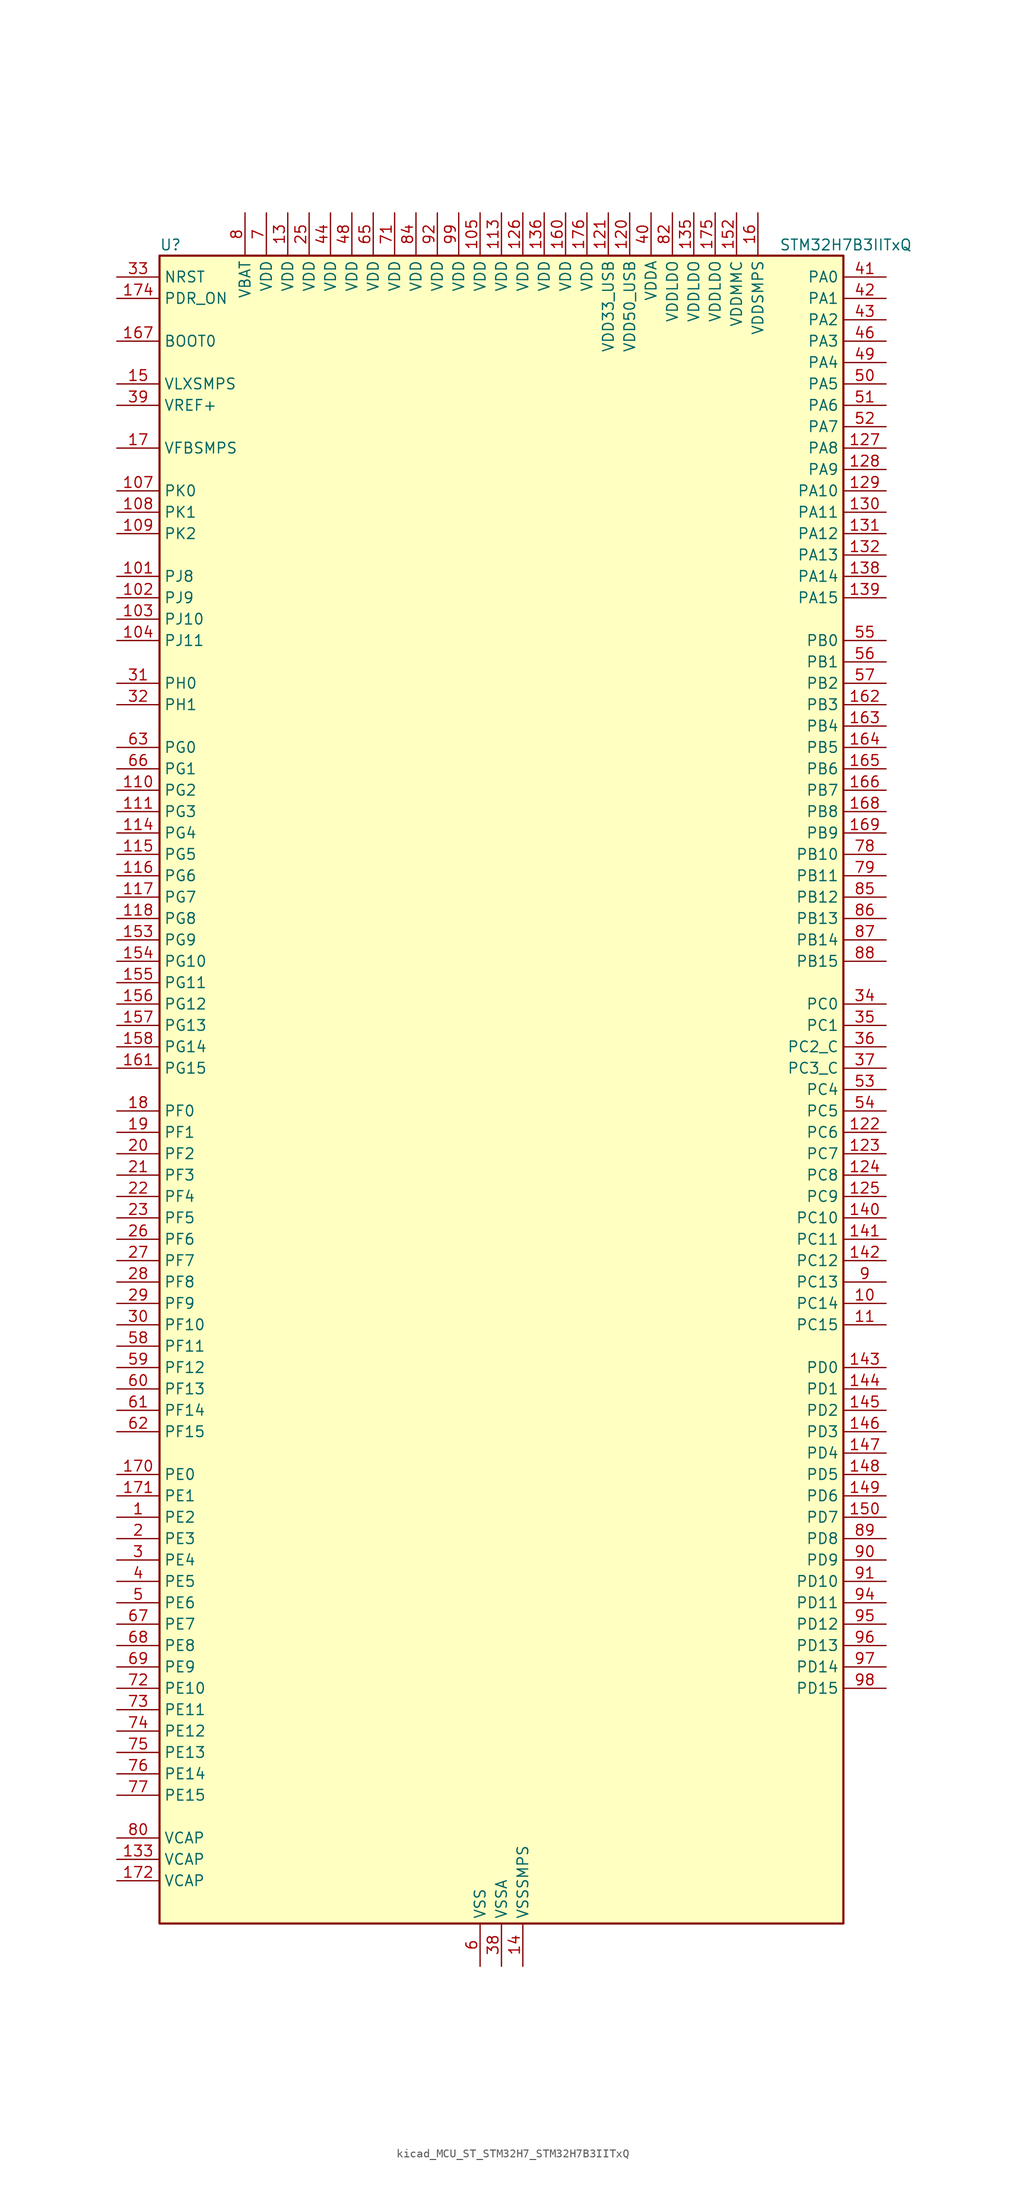
<source format=kicad_sym>
(kicad_symbol_lib
  (version 20220914)
  (generator kicad_symbol_editor)
  (symbol "kicad_MCU_ST_STM32H7_STM32H7B3IITxQ"
    (property "Reference" "U"
      (at -40.64 100.33 0)
      (effects (font (size 1.27 1.27)) (justify left)))
    (property "Value" "STM32H7B3IITxQ"
      (at 33.02 100.33 0)
      (effects (font (size 1.27 1.27)) (justify left)))
    (property "ki_locked" ""
      (at 0 0 0)
      (effects (font (size 1.27 1.27))))
    (symbol "kicad_MCU_ST_STM32H7_STM32H7B3IITxQ_0_1"
      (rectangle (start -40.64 -99.06) (end 40.64 99.06) (stroke (width 0.254) (type default)) (fill (type background))))
    (symbol "kicad_MCU_ST_STM32H7_STM32H7B3IITxQ_1_1"
      (pin bidirectional line (at -45.72 -50.8 0) (length 5.08) (name "PE2" (effects (font (size 1.27 1.27)))) (number "1" (effects (font (size 1.27 1.27)))) (alternate "DEBUG_TRACECLK" bidirectional line) (alternate "FMC_A23" bidirectional line) (alternate "OCTOSPIM_P1_IO2" bidirectional line) (alternate "SAI1_CK1" bidirectional line) (alternate "SAI1_MCLK_A" bidirectional line) (alternate "SPI4_SCK" bidirectional line) (alternate "USART10_RX" bidirectional line))
      (pin bidirectional line (at 45.72 -25.4 180) (length 5.08) (name "PC14" (effects (font (size 1.27 1.27)))) (number "10" (effects (font (size 1.27 1.27)))) (alternate "RCC_OSC32_IN" bidirectional line))
      (pin passive line (at -2.54 -104.14 90) (length 5.08) hide (name "VSS" (effects (font (size 1.27 1.27)))) (number "100" (effects (font (size 1.27 1.27)))))
      (pin bidirectional line (at -45.72 60.96 0) (length 5.08) (name "PJ8" (effects (font (size 1.27 1.27)))) (number "101" (effects (font (size 1.27 1.27)))) (alternate "LTDC_G1" bidirectional line) (alternate "TIM1_CH3N" bidirectional line) (alternate "TIM8_CH1" bidirectional line) (alternate "UART8_TX" bidirectional line))
      (pin bidirectional line (at -45.72 58.42 0) (length 5.08) (name "PJ9" (effects (font (size 1.27 1.27)))) (number "102" (effects (font (size 1.27 1.27)))) (alternate "DAC1_EXTI9" bidirectional line) (alternate "LTDC_G2" bidirectional line) (alternate "TIM1_CH3" bidirectional line) (alternate "TIM8_CH1N" bidirectional line) (alternate "UART8_RX" bidirectional line))
      (pin bidirectional line (at -45.72 55.88 0) (length 5.08) (name "PJ10" (effects (font (size 1.27 1.27)))) (number "103" (effects (font (size 1.27 1.27)))) (alternate "LTDC_G3" bidirectional line) (alternate "SPI5_MOSI" bidirectional line) (alternate "TIM1_CH2N" bidirectional line) (alternate "TIM8_CH2" bidirectional line))
      (pin bidirectional line (at -45.72 53.34 0) (length 5.08) (name "PJ11" (effects (font (size 1.27 1.27)))) (number "104" (effects (font (size 1.27 1.27)))) (alternate "ADC1_EXTI11" bidirectional line) (alternate "ADC2_EXTI11" bidirectional line) (alternate "LTDC_G4" bidirectional line) (alternate "SPI5_MISO" bidirectional line) (alternate "TIM1_CH2" bidirectional line) (alternate "TIM8_CH2N" bidirectional line))
      (pin power_in line (at -2.54 104.14 270) (length 5.08) (name "VDD" (effects (font (size 1.27 1.27)))) (number "105" (effects (font (size 1.27 1.27)))))
      (pin passive line (at -2.54 -104.14 90) (length 5.08) hide (name "VSS" (effects (font (size 1.27 1.27)))) (number "106" (effects (font (size 1.27 1.27)))))
      (pin bidirectional line (at -45.72 71.12 0) (length 5.08) (name "PK0" (effects (font (size 1.27 1.27)))) (number "107" (effects (font (size 1.27 1.27)))) (alternate "LTDC_G5" bidirectional line) (alternate "SPI5_SCK" bidirectional line) (alternate "TIM1_CH1N" bidirectional line) (alternate "TIM8_CH3" bidirectional line))
      (pin bidirectional line (at -45.72 68.58 0) (length 5.08) (name "PK1" (effects (font (size 1.27 1.27)))) (number "108" (effects (font (size 1.27 1.27)))) (alternate "LTDC_G6" bidirectional line) (alternate "SPI5_NSS" bidirectional line) (alternate "TIM1_CH1" bidirectional line) (alternate "TIM8_CH3N" bidirectional line))
      (pin bidirectional line (at -45.72 66.04 0) (length 5.08) (name "PK2" (effects (font (size 1.27 1.27)))) (number "109" (effects (font (size 1.27 1.27)))) (alternate "LTDC_G7" bidirectional line) (alternate "TIM1_BKIN" bidirectional line) (alternate "TIM1_BKIN_COMP1" bidirectional line) (alternate "TIM1_BKIN_COMP2" bidirectional line) (alternate "TIM8_BKIN" bidirectional line) (alternate "TIM8_BKIN_COMP1" bidirectional line) (alternate "TIM8_BKIN_COMP2" bidirectional line))
      (pin bidirectional line (at 45.72 -27.94 180) (length 5.08) (name "PC15" (effects (font (size 1.27 1.27)))) (number "11" (effects (font (size 1.27 1.27)))) (alternate "ADC1_EXTI15" bidirectional line) (alternate "ADC2_EXTI15" bidirectional line) (alternate "RCC_OSC32_OUT" bidirectional line))
      (pin bidirectional line (at -45.72 35.56 0) (length 5.08) (name "PG2" (effects (font (size 1.27 1.27)))) (number "110" (effects (font (size 1.27 1.27)))) (alternate "FMC_A12" bidirectional line) (alternate "TIM8_BKIN" bidirectional line) (alternate "TIM8_BKIN_COMP1" bidirectional line) (alternate "TIM8_BKIN_COMP2" bidirectional line))
      (pin bidirectional line (at -45.72 33.02 0) (length 5.08) (name "PG3" (effects (font (size 1.27 1.27)))) (number "111" (effects (font (size 1.27 1.27)))) (alternate "FMC_A13" bidirectional line) (alternate "TIM8_BKIN2" bidirectional line) (alternate "TIM8_BKIN2_COMP1" bidirectional line) (alternate "TIM8_BKIN2_COMP2" bidirectional line))
      (pin passive line (at -2.54 -104.14 90) (length 5.08) hide (name "VSS" (effects (font (size 1.27 1.27)))) (number "112" (effects (font (size 1.27 1.27)))))
      (pin power_in line (at 0 104.14 270) (length 5.08) (name "VDD" (effects (font (size 1.27 1.27)))) (number "113" (effects (font (size 1.27 1.27)))))
      (pin bidirectional line (at -45.72 30.48 0) (length 5.08) (name "PG4" (effects (font (size 1.27 1.27)))) (number "114" (effects (font (size 1.27 1.27)))) (alternate "FMC_A14" bidirectional line) (alternate "FMC_BA0" bidirectional line) (alternate "TIM1_BKIN2" bidirectional line) (alternate "TIM1_BKIN2_COMP1" bidirectional line) (alternate "TIM1_BKIN2_COMP2" bidirectional line))
      (pin bidirectional line (at -45.72 27.94 0) (length 5.08) (name "PG5" (effects (font (size 1.27 1.27)))) (number "115" (effects (font (size 1.27 1.27)))) (alternate "FMC_A15" bidirectional line) (alternate "FMC_BA1" bidirectional line) (alternate "TIM1_ETR" bidirectional line))
      (pin bidirectional line (at -45.72 25.4 0) (length 5.08) (name "PG6" (effects (font (size 1.27 1.27)))) (number "116" (effects (font (size 1.27 1.27)))) (alternate "DCMI_D12" bidirectional line) (alternate "FMC_NE3" bidirectional line) (alternate "LTDC_R7" bidirectional line) (alternate "OCTOSPIM_P1_NCS" bidirectional line) (alternate "PSSI_D12" bidirectional line) (alternate "TIM17_BKIN" bidirectional line))
      (pin bidirectional line (at -45.72 22.86 0) (length 5.08) (name "PG7" (effects (font (size 1.27 1.27)))) (number "117" (effects (font (size 1.27 1.27)))) (alternate "DCMI_D13" bidirectional line) (alternate "FMC_INT" bidirectional line) (alternate "LTDC_CLK" bidirectional line) (alternate "OCTOSPIM_P2_DQS" bidirectional line) (alternate "PSSI_D13" bidirectional line) (alternate "SAI1_MCLK_A" bidirectional line) (alternate "USART6_CK" bidirectional line))
      (pin bidirectional line (at -45.72 20.32 0) (length 5.08) (name "PG8" (effects (font (size 1.27 1.27)))) (number "118" (effects (font (size 1.27 1.27)))) (alternate "FMC_SDCLK" bidirectional line) (alternate "I2S6_WS" bidirectional line) (alternate "LTDC_G7" bidirectional line) (alternate "SPDIFRX_IN2" bidirectional line) (alternate "SPI6_NSS" bidirectional line) (alternate "TIM8_ETR" bidirectional line) (alternate "USART6_DE" bidirectional line) (alternate "USART6_RTS" bidirectional line))
      (pin passive line (at -2.54 -104.14 90) (length 5.08) hide (name "VSS" (effects (font (size 1.27 1.27)))) (number "119" (effects (font (size 1.27 1.27)))))
      (pin passive line (at -2.54 -104.14 90) (length 5.08) hide (name "VSS" (effects (font (size 1.27 1.27)))) (number "12" (effects (font (size 1.27 1.27)))))
      (pin power_in line (at 15.24 104.14 270) (length 5.08) (name "VDD50_USB" (effects (font (size 1.27 1.27)))) (number "120" (effects (font (size 1.27 1.27)))))
      (pin power_in line (at 12.7 104.14 270) (length 5.08) (name "VDD33_USB" (effects (font (size 1.27 1.27)))) (number "121" (effects (font (size 1.27 1.27)))))
      (pin bidirectional line (at 45.72 -5.08 180) (length 5.08) (name "PC6" (effects (font (size 1.27 1.27)))) (number "122" (effects (font (size 1.27 1.27)))) (alternate "DCMI_D0" bidirectional line) (alternate "DFSDM1_CKIN3" bidirectional line) (alternate "FMC_NWAIT" bidirectional line) (alternate "I2S2_MCK" bidirectional line) (alternate "LTDC_HSYNC" bidirectional line) (alternate "PSSI_D0" bidirectional line) (alternate "SDMMC1_D0DIR" bidirectional line) (alternate "SDMMC1_D6" bidirectional line) (alternate "SDMMC2_D6" bidirectional line) (alternate "SWPMI1_IO" bidirectional line) (alternate "TIM3_CH1" bidirectional line) (alternate "TIM8_CH1" bidirectional line) (alternate "USART6_TX" bidirectional line))
      (pin bidirectional line (at 45.72 -7.62 180) (length 5.08) (name "PC7" (effects (font (size 1.27 1.27)))) (number "123" (effects (font (size 1.27 1.27)))) (alternate "DCMI_D1" bidirectional line) (alternate "DEBUG_TRGIO" bidirectional line) (alternate "DFSDM1_DATIN3" bidirectional line) (alternate "FMC_NE1" bidirectional line) (alternate "I2S3_MCK" bidirectional line) (alternate "LTDC_G6" bidirectional line) (alternate "PSSI_D1" bidirectional line) (alternate "SDMMC1_D123DIR" bidirectional line) (alternate "SDMMC1_D7" bidirectional line) (alternate "SDMMC2_D7" bidirectional line) (alternate "SWPMI1_TX" bidirectional line) (alternate "TIM3_CH2" bidirectional line) (alternate "TIM8_CH2" bidirectional line) (alternate "USART6_RX" bidirectional line))
      (pin bidirectional line (at 45.72 -10.16 180) (length 5.08) (name "PC8" (effects (font (size 1.27 1.27)))) (number "124" (effects (font (size 1.27 1.27)))) (alternate "DCMI_D2" bidirectional line) (alternate "DEBUG_TRACED1" bidirectional line) (alternate "FMC_INT" bidirectional line) (alternate "FMC_NCE" bidirectional line) (alternate "FMC_NE2" bidirectional line) (alternate "PSSI_D2" bidirectional line) (alternate "SDMMC1_D0" bidirectional line) (alternate "SWPMI1_RX" bidirectional line) (alternate "TIM3_CH3" bidirectional line) (alternate "TIM8_CH3" bidirectional line) (alternate "UART5_DE" bidirectional line) (alternate "UART5_RTS" bidirectional line) (alternate "USART6_CK" bidirectional line))
      (pin bidirectional line (at 45.72 -12.7 180) (length 5.08) (name "PC9" (effects (font (size 1.27 1.27)))) (number "125" (effects (font (size 1.27 1.27)))) (alternate "DAC1_EXTI9" bidirectional line) (alternate "DCMI_D3" bidirectional line) (alternate "I2C3_SDA" bidirectional line) (alternate "I2S_CKIN" bidirectional line) (alternate "LTDC_B2" bidirectional line) (alternate "LTDC_G3" bidirectional line) (alternate "OCTOSPIM_P1_IO0" bidirectional line) (alternate "PSSI_D3" bidirectional line) (alternate "RCC_MCO_2" bidirectional line) (alternate "SDMMC1_D1" bidirectional line) (alternate "SWPMI1_SUSPEND" bidirectional line) (alternate "TIM3_CH4" bidirectional line) (alternate "TIM8_CH4" bidirectional line) (alternate "UART5_CTS" bidirectional line))
      (pin power_in line (at 2.54 104.14 270) (length 5.08) (name "VDD" (effects (font (size 1.27 1.27)))) (number "126" (effects (font (size 1.27 1.27)))))
      (pin bidirectional line (at 45.72 76.2 180) (length 5.08) (name "PA8" (effects (font (size 1.27 1.27)))) (number "127" (effects (font (size 1.27 1.27)))) (alternate "I2C3_SCL" bidirectional line) (alternate "LTDC_B3" bidirectional line) (alternate "LTDC_R6" bidirectional line) (alternate "RCC_MCO_1" bidirectional line) (alternate "TIM1_CH1" bidirectional line) (alternate "TIM8_BKIN2" bidirectional line) (alternate "TIM8_BKIN2_COMP1" bidirectional line) (alternate "TIM8_BKIN2_COMP2" bidirectional line) (alternate "UART7_RX" bidirectional line) (alternate "USART1_CK" bidirectional line) (alternate "USB_OTG_HS_SOF" bidirectional line))
      (pin bidirectional line (at 45.72 73.66 180) (length 5.08) (name "PA9" (effects (font (size 1.27 1.27)))) (number "128" (effects (font (size 1.27 1.27)))) (alternate "DAC1_EXTI9" bidirectional line) (alternate "DCMI_D0" bidirectional line) (alternate "I2C3_SMBA" bidirectional line) (alternate "I2S2_CK" bidirectional line) (alternate "LPUART1_TX" bidirectional line) (alternate "LTDC_R5" bidirectional line) (alternate "PSSI_D0" bidirectional line) (alternate "SPI2_SCK" bidirectional line) (alternate "TIM1_CH2" bidirectional line) (alternate "USART1_TX" bidirectional line) (alternate "USB_OTG_HS_VBUS" bidirectional line))
      (pin bidirectional line (at 45.72 71.12 180) (length 5.08) (name "PA10" (effects (font (size 1.27 1.27)))) (number "129" (effects (font (size 1.27 1.27)))) (alternate "DCMI_D1" bidirectional line) (alternate "LPUART1_RX" bidirectional line) (alternate "LTDC_B1" bidirectional line) (alternate "LTDC_B4" bidirectional line) (alternate "MDIOS_MDIO" bidirectional line) (alternate "PSSI_D1" bidirectional line) (alternate "TIM1_CH3" bidirectional line) (alternate "USART1_RX" bidirectional line) (alternate "USB_OTG_HS_ID" bidirectional line))
      (pin power_in line (at -25.4 104.14 270) (length 5.08) (name "VDD" (effects (font (size 1.27 1.27)))) (number "13" (effects (font (size 1.27 1.27)))))
      (pin bidirectional line (at 45.72 68.58 180) (length 5.08) (name "PA11" (effects (font (size 1.27 1.27)))) (number "130" (effects (font (size 1.27 1.27)))) (alternate "ADC1_EXTI11" bidirectional line) (alternate "ADC2_EXTI11" bidirectional line) (alternate "FDCAN1_RX" bidirectional line) (alternate "I2S2_WS" bidirectional line) (alternate "LPUART1_CTS" bidirectional line) (alternate "LTDC_R4" bidirectional line) (alternate "SPI2_NSS" bidirectional line) (alternate "TIM1_CH4" bidirectional line) (alternate "UART4_RX" bidirectional line) (alternate "USART1_CTS" bidirectional line) (alternate "USART1_NSS" bidirectional line) (alternate "USB_OTG_HS_DM" bidirectional line))
      (pin bidirectional line (at 45.72 66.04 180) (length 5.08) (name "PA12" (effects (font (size 1.27 1.27)))) (number "131" (effects (font (size 1.27 1.27)))) (alternate "FDCAN1_TX" bidirectional line) (alternate "I2S2_CK" bidirectional line) (alternate "LPUART1_DE" bidirectional line) (alternate "LPUART1_RTS" bidirectional line) (alternate "LTDC_R5" bidirectional line) (alternate "SAI2_FS_B" bidirectional line) (alternate "SPI2_SCK" bidirectional line) (alternate "TIM1_ETR" bidirectional line) (alternate "UART4_TX" bidirectional line) (alternate "USART1_DE" bidirectional line) (alternate "USART1_RTS" bidirectional line) (alternate "USB_OTG_HS_DP" bidirectional line))
      (pin bidirectional line (at 45.72 63.5 180) (length 5.08) (name "PA13" (effects (font (size 1.27 1.27)))) (number "132" (effects (font (size 1.27 1.27)))) (alternate "DEBUG_JTMS-SWDIO" bidirectional line))
      (pin power_out line (at -45.72 -91.44 0) (length 5.08) (name "VCAP" (effects (font (size 1.27 1.27)))) (number "133" (effects (font (size 1.27 1.27)))))
      (pin passive line (at -2.54 -104.14 90) (length 5.08) hide (name "VSS" (effects (font (size 1.27 1.27)))) (number "134" (effects (font (size 1.27 1.27)))))
      (pin power_in line (at 22.86 104.14 270) (length 5.08) (name "VDDLDO" (effects (font (size 1.27 1.27)))) (number "135" (effects (font (size 1.27 1.27)))))
      (pin power_in line (at 5.08 104.14 270) (length 5.08) (name "VDD" (effects (font (size 1.27 1.27)))) (number "136" (effects (font (size 1.27 1.27)))))
      (pin passive line (at -2.54 -104.14 90) (length 5.08) hide (name "VSS" (effects (font (size 1.27 1.27)))) (number "137" (effects (font (size 1.27 1.27)))))
      (pin bidirectional line (at 45.72 60.96 180) (length 5.08) (name "PA14" (effects (font (size 1.27 1.27)))) (number "138" (effects (font (size 1.27 1.27)))) (alternate "DEBUG_JTCK-SWCLK" bidirectional line))
      (pin bidirectional line (at 45.72 58.42 180) (length 5.08) (name "PA15" (effects (font (size 1.27 1.27)))) (number "139" (effects (font (size 1.27 1.27)))) (alternate "ADC1_EXTI15" bidirectional line) (alternate "ADC2_EXTI15" bidirectional line) (alternate "CEC" bidirectional line) (alternate "DEBUG_JTDI" bidirectional line) (alternate "I2S1_WS" bidirectional line) (alternate "I2S3_WS" bidirectional line) (alternate "I2S6_WS" bidirectional line) (alternate "LTDC_B6" bidirectional line) (alternate "LTDC_R3" bidirectional line) (alternate "SPI1_NSS" bidirectional line) (alternate "SPI3_NSS" bidirectional line) (alternate "SPI6_NSS" bidirectional line) (alternate "TIM2_CH1" bidirectional line) (alternate "TIM2_ETR" bidirectional line) (alternate "UART4_DE" bidirectional line) (alternate "UART4_RTS" bidirectional line) (alternate "UART7_TX" bidirectional line))
      (pin power_in line (at 2.54 -104.14 90) (length 5.08) (name "VSSSMPS" (effects (font (size 1.27 1.27)))) (number "14" (effects (font (size 1.27 1.27)))))
      (pin bidirectional line (at 45.72 -15.24 180) (length 5.08) (name "PC10" (effects (font (size 1.27 1.27)))) (number "140" (effects (font (size 1.27 1.27)))) (alternate "DCMI_D8" bidirectional line) (alternate "DFSDM1_CKIN5" bidirectional line) (alternate "DFSDM2_CKIN0" bidirectional line) (alternate "I2S3_CK" bidirectional line) (alternate "LTDC_B1" bidirectional line) (alternate "LTDC_R2" bidirectional line) (alternate "OCTOSPIM_P1_IO1" bidirectional line) (alternate "PSSI_D8" bidirectional line) (alternate "SDMMC1_D2" bidirectional line) (alternate "SPI3_SCK" bidirectional line) (alternate "SWPMI1_RX" bidirectional line) (alternate "UART4_TX" bidirectional line) (alternate "USART3_TX" bidirectional line))
      (pin bidirectional line (at 45.72 -17.78 180) (length 5.08) (name "PC11" (effects (font (size 1.27 1.27)))) (number "141" (effects (font (size 1.27 1.27)))) (alternate "ADC1_EXTI11" bidirectional line) (alternate "ADC2_EXTI11" bidirectional line) (alternate "DCMI_D4" bidirectional line) (alternate "DFSDM1_DATIN5" bidirectional line) (alternate "DFSDM2_DATIN0" bidirectional line) (alternate "I2S3_SDI" bidirectional line) (alternate "LTDC_B4" bidirectional line) (alternate "OCTOSPIM_P1_NCS" bidirectional line) (alternate "PSSI_D4" bidirectional line) (alternate "SDMMC1_D3" bidirectional line) (alternate "SPI3_MISO" bidirectional line) (alternate "UART4_RX" bidirectional line) (alternate "USART3_RX" bidirectional line))
      (pin bidirectional line (at 45.72 -20.32 180) (length 5.08) (name "PC12" (effects (font (size 1.27 1.27)))) (number "142" (effects (font (size 1.27 1.27)))) (alternate "DCMI_D9" bidirectional line) (alternate "DEBUG_TRACED3" bidirectional line) (alternate "DFSDM2_CKOUT" bidirectional line) (alternate "I2S3_SDO" bidirectional line) (alternate "I2S6_CK" bidirectional line) (alternate "LTDC_R6" bidirectional line) (alternate "PSSI_D9" bidirectional line) (alternate "SDMMC1_CK" bidirectional line) (alternate "SPI3_MOSI" bidirectional line) (alternate "SPI6_SCK" bidirectional line) (alternate "TIM15_CH1" bidirectional line) (alternate "UART5_TX" bidirectional line) (alternate "USART3_CK" bidirectional line))
      (pin bidirectional line (at 45.72 -33.02 180) (length 5.08) (name "PD0" (effects (font (size 1.27 1.27)))) (number "143" (effects (font (size 1.27 1.27)))) (alternate "DFSDM1_CKIN6" bidirectional line) (alternate "FDCAN1_RX" bidirectional line) (alternate "FMC_D2" bidirectional line) (alternate "FMC_DA2" bidirectional line) (alternate "LTDC_B1" bidirectional line) (alternate "UART4_RX" bidirectional line) (alternate "UART9_CTS" bidirectional line))
      (pin bidirectional line (at 45.72 -35.56 180) (length 5.08) (name "PD1" (effects (font (size 1.27 1.27)))) (number "144" (effects (font (size 1.27 1.27)))) (alternate "DFSDM1_DATIN6" bidirectional line) (alternate "FDCAN1_TX" bidirectional line) (alternate "FMC_D3" bidirectional line) (alternate "FMC_DA3" bidirectional line) (alternate "UART4_TX" bidirectional line))
      (pin bidirectional line (at 45.72 -38.1 180) (length 5.08) (name "PD2" (effects (font (size 1.27 1.27)))) (number "145" (effects (font (size 1.27 1.27)))) (alternate "DCMI_D11" bidirectional line) (alternate "DEBUG_TRACED2" bidirectional line) (alternate "LTDC_B2" bidirectional line) (alternate "LTDC_B7" bidirectional line) (alternate "PSSI_D11" bidirectional line) (alternate "SDMMC1_CMD" bidirectional line) (alternate "TIM15_BKIN" bidirectional line) (alternate "TIM3_ETR" bidirectional line) (alternate "UART5_RX" bidirectional line))
      (pin bidirectional line (at 45.72 -40.64 180) (length 5.08) (name "PD3" (effects (font (size 1.27 1.27)))) (number "146" (effects (font (size 1.27 1.27)))) (alternate "DCMI_D5" bidirectional line) (alternate "DFSDM1_CKOUT" bidirectional line) (alternate "FMC_CLK" bidirectional line) (alternate "I2S2_CK" bidirectional line) (alternate "LTDC_G7" bidirectional line) (alternate "PSSI_D5" bidirectional line) (alternate "SPI2_SCK" bidirectional line) (alternate "USART2_CTS" bidirectional line) (alternate "USART2_NSS" bidirectional line))
      (pin bidirectional line (at 45.72 -43.18 180) (length 5.08) (name "PD4" (effects (font (size 1.27 1.27)))) (number "147" (effects (font (size 1.27 1.27)))) (alternate "FMC_NOE" bidirectional line) (alternate "OCTOSPIM_P1_IO4" bidirectional line) (alternate "USART2_DE" bidirectional line) (alternate "USART2_RTS" bidirectional line))
      (pin bidirectional line (at 45.72 -45.72 180) (length 5.08) (name "PD5" (effects (font (size 1.27 1.27)))) (number "148" (effects (font (size 1.27 1.27)))) (alternate "FMC_NWE" bidirectional line) (alternate "OCTOSPIM_P1_IO5" bidirectional line) (alternate "USART2_TX" bidirectional line))
      (pin bidirectional line (at 45.72 -48.26 180) (length 5.08) (name "PD6" (effects (font (size 1.27 1.27)))) (number "149" (effects (font (size 1.27 1.27)))) (alternate "DCMI_D10" bidirectional line) (alternate "DFSDM1_CKIN4" bidirectional line) (alternate "DFSDM1_DATIN1" bidirectional line) (alternate "FMC_NWAIT" bidirectional line) (alternate "I2S3_SDO" bidirectional line) (alternate "LTDC_B2" bidirectional line) (alternate "OCTOSPIM_P1_IO6" bidirectional line) (alternate "PSSI_D10" bidirectional line) (alternate "SAI1_D1" bidirectional line) (alternate "SAI1_SD_A" bidirectional line) (alternate "SDMMC2_CK" bidirectional line) (alternate "SPI3_MOSI" bidirectional line) (alternate "USART2_RX" bidirectional line))
      (pin power_in line (at -45.72 83.82 0) (length 5.08) (name "VLXSMPS" (effects (font (size 1.27 1.27)))) (number "15" (effects (font (size 1.27 1.27)))))
      (pin bidirectional line (at 45.72 -50.8 180) (length 5.08) (name "PD7" (effects (font (size 1.27 1.27)))) (number "150" (effects (font (size 1.27 1.27)))) (alternate "DFSDM1_CKIN1" bidirectional line) (alternate "DFSDM1_DATIN4" bidirectional line) (alternate "FMC_NE1" bidirectional line) (alternate "I2S1_SDO" bidirectional line) (alternate "OCTOSPIM_P1_IO7" bidirectional line) (alternate "SDMMC2_CMD" bidirectional line) (alternate "SPDIFRX_IN0" bidirectional line) (alternate "SPI1_MOSI" bidirectional line) (alternate "USART2_CK" bidirectional line))
      (pin passive line (at -2.54 -104.14 90) (length 5.08) hide (name "VSS" (effects (font (size 1.27 1.27)))) (number "151" (effects (font (size 1.27 1.27)))))
      (pin power_in line (at 27.94 104.14 270) (length 5.08) (name "VDDMMC" (effects (font (size 1.27 1.27)))) (number "152" (effects (font (size 1.27 1.27)))))
      (pin bidirectional line (at -45.72 17.78 0) (length 5.08) (name "PG9" (effects (font (size 1.27 1.27)))) (number "153" (effects (font (size 1.27 1.27)))) (alternate "DAC1_EXTI9" bidirectional line) (alternate "DCMI_VSYNC" bidirectional line) (alternate "FMC_NCE" bidirectional line) (alternate "FMC_NE2" bidirectional line) (alternate "I2S1_SDI" bidirectional line) (alternate "OCTOSPIM_P1_IO6" bidirectional line) (alternate "PSSI_RDY" bidirectional line) (alternate "SAI2_FS_B" bidirectional line) (alternate "SDMMC2_D0" bidirectional line) (alternate "SPDIFRX_IN3" bidirectional line) (alternate "SPI1_MISO" bidirectional line) (alternate "USART6_RX" bidirectional line))
      (pin bidirectional line (at -45.72 15.24 0) (length 5.08) (name "PG10" (effects (font (size 1.27 1.27)))) (number "154" (effects (font (size 1.27 1.27)))) (alternate "DCMI_D2" bidirectional line) (alternate "FMC_NE3" bidirectional line) (alternate "I2S1_WS" bidirectional line) (alternate "LTDC_B2" bidirectional line) (alternate "LTDC_G3" bidirectional line) (alternate "OCTOSPIM_P2_IO6" bidirectional line) (alternate "PSSI_D2" bidirectional line) (alternate "SAI2_SD_B" bidirectional line) (alternate "SDMMC2_D1" bidirectional line) (alternate "SPI1_NSS" bidirectional line))
      (pin bidirectional line (at -45.72 12.7 0) (length 5.08) (name "PG11" (effects (font (size 1.27 1.27)))) (number "155" (effects (font (size 1.27 1.27)))) (alternate "ADC1_EXTI11" bidirectional line) (alternate "ADC2_EXTI11" bidirectional line) (alternate "DCMI_D3" bidirectional line) (alternate "I2S1_CK" bidirectional line) (alternate "LPTIM1_IN2" bidirectional line) (alternate "LTDC_B3" bidirectional line) (alternate "OCTOSPIM_P2_IO7" bidirectional line) (alternate "PSSI_D3" bidirectional line) (alternate "SDMMC2_D2" bidirectional line) (alternate "SPDIFRX_IN0" bidirectional line) (alternate "SPI1_SCK" bidirectional line) (alternate "USART10_RX" bidirectional line))
      (pin bidirectional line (at -45.72 10.16 0) (length 5.08) (name "PG12" (effects (font (size 1.27 1.27)))) (number "156" (effects (font (size 1.27 1.27)))) (alternate "FMC_NE4" bidirectional line) (alternate "I2S6_SDI" bidirectional line) (alternate "LPTIM1_IN1" bidirectional line) (alternate "LTDC_B1" bidirectional line) (alternate "LTDC_B4" bidirectional line) (alternate "OCTOSPIM_P2_NCS" bidirectional line) (alternate "SDMMC2_D3" bidirectional line) (alternate "SPDIFRX_IN1" bidirectional line) (alternate "SPI6_MISO" bidirectional line) (alternate "USART10_TX" bidirectional line) (alternate "USART6_DE" bidirectional line) (alternate "USART6_RTS" bidirectional line))
      (pin bidirectional line (at -45.72 7.62 0) (length 5.08) (name "PG13" (effects (font (size 1.27 1.27)))) (number "157" (effects (font (size 1.27 1.27)))) (alternate "DEBUG_TRACED0" bidirectional line) (alternate "FMC_A24" bidirectional line) (alternate "I2S6_CK" bidirectional line) (alternate "LPTIM1_OUT" bidirectional line) (alternate "LTDC_R0" bidirectional line) (alternate "SDMMC2_D6" bidirectional line) (alternate "SPI6_SCK" bidirectional line) (alternate "USART10_CTS" bidirectional line) (alternate "USART10_NSS" bidirectional line) (alternate "USART6_CTS" bidirectional line) (alternate "USART6_NSS" bidirectional line))
      (pin bidirectional line (at -45.72 5.08 0) (length 5.08) (name "PG14" (effects (font (size 1.27 1.27)))) (number "158" (effects (font (size 1.27 1.27)))) (alternate "DEBUG_TRACED1" bidirectional line) (alternate "FMC_A25" bidirectional line) (alternate "I2S6_SDO" bidirectional line) (alternate "LPTIM1_ETR" bidirectional line) (alternate "LTDC_B0" bidirectional line) (alternate "OCTOSPIM_P1_IO7" bidirectional line) (alternate "SDMMC2_D7" bidirectional line) (alternate "SPI6_MOSI" bidirectional line) (alternate "USART10_DE" bidirectional line) (alternate "USART10_RTS" bidirectional line) (alternate "USART6_TX" bidirectional line))
      (pin passive line (at -2.54 -104.14 90) (length 5.08) hide (name "VSS" (effects (font (size 1.27 1.27)))) (number "159" (effects (font (size 1.27 1.27)))))
      (pin power_in line (at 30.48 104.14 270) (length 5.08) (name "VDDSMPS" (effects (font (size 1.27 1.27)))) (number "16" (effects (font (size 1.27 1.27)))))
      (pin power_in line (at 7.62 104.14 270) (length 5.08) (name "VDD" (effects (font (size 1.27 1.27)))) (number "160" (effects (font (size 1.27 1.27)))))
      (pin bidirectional line (at -45.72 2.54 0) (length 5.08) (name "PG15" (effects (font (size 1.27 1.27)))) (number "161" (effects (font (size 1.27 1.27)))) (alternate "ADC1_EXTI15" bidirectional line) (alternate "ADC2_EXTI15" bidirectional line) (alternate "DCMI_D13" bidirectional line) (alternate "FMC_SDNCAS" bidirectional line) (alternate "OCTOSPIM_P2_DQS" bidirectional line) (alternate "PSSI_D13" bidirectional line) (alternate "USART10_CK" bidirectional line) (alternate "USART6_CTS" bidirectional line) (alternate "USART6_NSS" bidirectional line))
      (pin bidirectional line (at 45.72 45.72 180) (length 5.08) (name "PB3" (effects (font (size 1.27 1.27)))) (number "162" (effects (font (size 1.27 1.27)))) (alternate "CRS_SYNC" bidirectional line) (alternate "DEBUG_JTDO-SWO" bidirectional line) (alternate "I2S1_CK" bidirectional line) (alternate "I2S3_CK" bidirectional line) (alternate "I2S6_CK" bidirectional line) (alternate "SDMMC2_D2" bidirectional line) (alternate "SPI1_SCK" bidirectional line) (alternate "SPI3_SCK" bidirectional line) (alternate "SPI6_SCK" bidirectional line) (alternate "TIM2_CH2" bidirectional line) (alternate "UART7_RX" bidirectional line))
      (pin bidirectional line (at 45.72 43.18 180) (length 5.08) (name "PB4" (effects (font (size 1.27 1.27)))) (number "163" (effects (font (size 1.27 1.27)))) (alternate "DEBUG_JTRST" bidirectional line) (alternate "I2S1_SDI" bidirectional line) (alternate "I2S2_WS" bidirectional line) (alternate "I2S3_SDI" bidirectional line) (alternate "I2S6_SDI" bidirectional line) (alternate "SDMMC2_D3" bidirectional line) (alternate "SPI1_MISO" bidirectional line) (alternate "SPI2_NSS" bidirectional line) (alternate "SPI3_MISO" bidirectional line) (alternate "SPI6_MISO" bidirectional line) (alternate "TIM16_BKIN" bidirectional line) (alternate "TIM3_CH1" bidirectional line) (alternate "UART7_TX" bidirectional line))
      (pin bidirectional line (at 45.72 40.64 180) (length 5.08) (name "PB5" (effects (font (size 1.27 1.27)))) (number "164" (effects (font (size 1.27 1.27)))) (alternate "DCMI_D10" bidirectional line) (alternate "FDCAN2_RX" bidirectional line) (alternate "FMC_SDCKE1" bidirectional line) (alternate "I2C1_SMBA" bidirectional line) (alternate "I2C4_SMBA" bidirectional line) (alternate "I2S1_SDO" bidirectional line) (alternate "I2S3_SDO" bidirectional line) (alternate "I2S6_SDO" bidirectional line) (alternate "LTDC_B5" bidirectional line) (alternate "PSSI_D10" bidirectional line) (alternate "SPI1_MOSI" bidirectional line) (alternate "SPI3_MOSI" bidirectional line) (alternate "SPI6_MOSI" bidirectional line) (alternate "TIM17_BKIN" bidirectional line) (alternate "TIM3_CH2" bidirectional line) (alternate "UART5_RX" bidirectional line) (alternate "USB_OTG_HS_ULPI_D7" bidirectional line))
      (pin bidirectional line (at 45.72 38.1 180) (length 5.08) (name "PB6" (effects (font (size 1.27 1.27)))) (number "165" (effects (font (size 1.27 1.27)))) (alternate "CEC" bidirectional line) (alternate "DCMI_D5" bidirectional line) (alternate "DFSDM1_DATIN5" bidirectional line) (alternate "FDCAN2_TX" bidirectional line) (alternate "FMC_SDNE1" bidirectional line) (alternate "I2C1_SCL" bidirectional line) (alternate "I2C4_SCL" bidirectional line) (alternate "LPUART1_TX" bidirectional line) (alternate "OCTOSPIM_P1_NCS" bidirectional line) (alternate "PSSI_D5" bidirectional line) (alternate "TIM16_CH1N" bidirectional line) (alternate "TIM4_CH1" bidirectional line) (alternate "UART5_TX" bidirectional line) (alternate "USART1_TX" bidirectional line))
      (pin bidirectional line (at 45.72 35.56 180) (length 5.08) (name "PB7" (effects (font (size 1.27 1.27)))) (number "166" (effects (font (size 1.27 1.27)))) (alternate "DCMI_VSYNC" bidirectional line) (alternate "DFSDM1_CKIN5" bidirectional line) (alternate "FMC_NL" bidirectional line) (alternate "I2C1_SDA" bidirectional line) (alternate "I2C4_SDA" bidirectional line) (alternate "LPUART1_RX" bidirectional line) (alternate "PSSI_RDY" bidirectional line) (alternate "PWR_PVD_IN" bidirectional line) (alternate "TIM17_CH1N" bidirectional line) (alternate "TIM4_CH2" bidirectional line) (alternate "USART1_RX" bidirectional line))
      (pin input line (at -45.72 88.9 0) (length 5.08) (name "BOOT0" (effects (font (size 1.27 1.27)))) (number "167" (effects (font (size 1.27 1.27)))))
      (pin bidirectional line (at 45.72 33.02 180) (length 5.08) (name "PB8" (effects (font (size 1.27 1.27)))) (number "168" (effects (font (size 1.27 1.27)))) (alternate "DCMI_D6" bidirectional line) (alternate "DFSDM1_CKIN7" bidirectional line) (alternate "FDCAN1_RX" bidirectional line) (alternate "I2C1_SCL" bidirectional line) (alternate "I2C4_SCL" bidirectional line) (alternate "LTDC_B6" bidirectional line) (alternate "PSSI_D6" bidirectional line) (alternate "SDMMC1_CKIN" bidirectional line) (alternate "SDMMC1_D4" bidirectional line) (alternate "SDMMC2_D4" bidirectional line) (alternate "TIM16_CH1" bidirectional line) (alternate "TIM4_CH3" bidirectional line) (alternate "UART4_RX" bidirectional line))
      (pin bidirectional line (at 45.72 30.48 180) (length 5.08) (name "PB9" (effects (font (size 1.27 1.27)))) (number "169" (effects (font (size 1.27 1.27)))) (alternate "DAC1_EXTI9" bidirectional line) (alternate "DCMI_D7" bidirectional line) (alternate "DFSDM1_DATIN7" bidirectional line) (alternate "FDCAN1_TX" bidirectional line) (alternate "I2C1_SDA" bidirectional line) (alternate "I2C4_SDA" bidirectional line) (alternate "I2C4_SMBA" bidirectional line) (alternate "I2S2_WS" bidirectional line) (alternate "LTDC_B7" bidirectional line) (alternate "PSSI_D7" bidirectional line) (alternate "SDMMC1_CDIR" bidirectional line) (alternate "SDMMC1_D5" bidirectional line) (alternate "SDMMC2_D5" bidirectional line) (alternate "SPI2_NSS" bidirectional line) (alternate "TIM17_CH1" bidirectional line) (alternate "TIM4_CH4" bidirectional line) (alternate "UART4_TX" bidirectional line))
      (pin input line (at -45.72 76.2 0) (length 5.08) (name "VFBSMPS" (effects (font (size 1.27 1.27)))) (number "17" (effects (font (size 1.27 1.27)))))
      (pin bidirectional line (at -45.72 -45.72 0) (length 5.08) (name "PE0" (effects (font (size 1.27 1.27)))) (number "170" (effects (font (size 1.27 1.27)))) (alternate "DCMI_D2" bidirectional line) (alternate "FMC_NBL0" bidirectional line) (alternate "LPTIM1_ETR" bidirectional line) (alternate "LPTIM2_ETR" bidirectional line) (alternate "LTDC_R0" bidirectional line) (alternate "PSSI_D2" bidirectional line) (alternate "SAI2_MCLK_A" bidirectional line) (alternate "TIM4_ETR" bidirectional line) (alternate "UART8_RX" bidirectional line))
      (pin bidirectional line (at -45.72 -48.26 0) (length 5.08) (name "PE1" (effects (font (size 1.27 1.27)))) (number "171" (effects (font (size 1.27 1.27)))) (alternate "DCMI_D3" bidirectional line) (alternate "FMC_NBL1" bidirectional line) (alternate "LPTIM1_IN2" bidirectional line) (alternate "LTDC_R6" bidirectional line) (alternate "PSSI_D3" bidirectional line) (alternate "UART8_TX" bidirectional line))
      (pin power_out line (at -45.72 -93.98 0) (length 5.08) (name "VCAP" (effects (font (size 1.27 1.27)))) (number "172" (effects (font (size 1.27 1.27)))))
      (pin passive line (at -2.54 -104.14 90) (length 5.08) hide (name "VSS" (effects (font (size 1.27 1.27)))) (number "173" (effects (font (size 1.27 1.27)))))
      (pin input line (at -45.72 93.98 0) (length 5.08) (name "PDR_ON" (effects (font (size 1.27 1.27)))) (number "174" (effects (font (size 1.27 1.27)))))
      (pin power_in line (at 25.4 104.14 270) (length 5.08) (name "VDDLDO" (effects (font (size 1.27 1.27)))) (number "175" (effects (font (size 1.27 1.27)))))
      (pin power_in line (at 10.16 104.14 270) (length 5.08) (name "VDD" (effects (font (size 1.27 1.27)))) (number "176" (effects (font (size 1.27 1.27)))))
      (pin bidirectional line (at -45.72 -2.54 0) (length 5.08) (name "PF0" (effects (font (size 1.27 1.27)))) (number "18" (effects (font (size 1.27 1.27)))) (alternate "FMC_A0" bidirectional line) (alternate "I2C2_SDA" bidirectional line) (alternate "OCTOSPIM_P2_IO0" bidirectional line))
      (pin bidirectional line (at -45.72 -5.08 0) (length 5.08) (name "PF1" (effects (font (size 1.27 1.27)))) (number "19" (effects (font (size 1.27 1.27)))) (alternate "FMC_A1" bidirectional line) (alternate "I2C2_SCL" bidirectional line) (alternate "OCTOSPIM_P2_IO1" bidirectional line))
      (pin bidirectional line (at -45.72 -53.34 0) (length 5.08) (name "PE3" (effects (font (size 1.27 1.27)))) (number "2" (effects (font (size 1.27 1.27)))) (alternate "DEBUG_TRACED0" bidirectional line) (alternate "FMC_A19" bidirectional line) (alternate "SAI1_SD_B" bidirectional line) (alternate "TIM15_BKIN" bidirectional line) (alternate "USART10_TX" bidirectional line))
      (pin bidirectional line (at -45.72 -7.62 0) (length 5.08) (name "PF2" (effects (font (size 1.27 1.27)))) (number "20" (effects (font (size 1.27 1.27)))) (alternate "FMC_A2" bidirectional line) (alternate "I2C2_SMBA" bidirectional line) (alternate "OCTOSPIM_P2_IO2" bidirectional line))
      (pin bidirectional line (at -45.72 -10.16 0) (length 5.08) (name "PF3" (effects (font (size 1.27 1.27)))) (number "21" (effects (font (size 1.27 1.27)))) (alternate "FMC_A3" bidirectional line) (alternate "OCTOSPIM_P2_IO3" bidirectional line))
      (pin bidirectional line (at -45.72 -12.7 0) (length 5.08) (name "PF4" (effects (font (size 1.27 1.27)))) (number "22" (effects (font (size 1.27 1.27)))) (alternate "FMC_A4" bidirectional line) (alternate "OCTOSPIM_P2_CLK" bidirectional line))
      (pin bidirectional line (at -45.72 -15.24 0) (length 5.08) (name "PF5" (effects (font (size 1.27 1.27)))) (number "23" (effects (font (size 1.27 1.27)))) (alternate "FMC_A5" bidirectional line) (alternate "OCTOSPIM_P2_NCLK" bidirectional line))
      (pin passive line (at -2.54 -104.14 90) (length 5.08) hide (name "VSS" (effects (font (size 1.27 1.27)))) (number "24" (effects (font (size 1.27 1.27)))))
      (pin power_in line (at -22.86 104.14 270) (length 5.08) (name "VDD" (effects (font (size 1.27 1.27)))) (number "25" (effects (font (size 1.27 1.27)))))
      (pin bidirectional line (at -45.72 -17.78 0) (length 5.08) (name "PF6" (effects (font (size 1.27 1.27)))) (number "26" (effects (font (size 1.27 1.27)))) (alternate "OCTOSPIM_P1_IO3" bidirectional line) (alternate "SAI1_SD_B" bidirectional line) (alternate "SPI5_NSS" bidirectional line) (alternate "TIM16_CH1" bidirectional line) (alternate "UART7_RX" bidirectional line))
      (pin bidirectional line (at -45.72 -20.32 0) (length 5.08) (name "PF7" (effects (font (size 1.27 1.27)))) (number "27" (effects (font (size 1.27 1.27)))) (alternate "OCTOSPIM_P1_IO2" bidirectional line) (alternate "SAI1_MCLK_B" bidirectional line) (alternate "SPI5_SCK" bidirectional line) (alternate "TIM17_CH1" bidirectional line) (alternate "UART7_TX" bidirectional line))
      (pin bidirectional line (at -45.72 -22.86 0) (length 5.08) (name "PF8" (effects (font (size 1.27 1.27)))) (number "28" (effects (font (size 1.27 1.27)))) (alternate "OCTOSPIM_P1_IO0" bidirectional line) (alternate "SAI1_SCK_B" bidirectional line) (alternate "SPI5_MISO" bidirectional line) (alternate "TIM13_CH1" bidirectional line) (alternate "TIM16_CH1N" bidirectional line) (alternate "UART7_DE" bidirectional line) (alternate "UART7_RTS" bidirectional line))
      (pin bidirectional line (at -45.72 -25.4 0) (length 5.08) (name "PF9" (effects (font (size 1.27 1.27)))) (number "29" (effects (font (size 1.27 1.27)))) (alternate "DAC1_EXTI9" bidirectional line) (alternate "OCTOSPIM_P1_IO1" bidirectional line) (alternate "SAI1_FS_B" bidirectional line) (alternate "SPI5_MOSI" bidirectional line) (alternate "TIM14_CH1" bidirectional line) (alternate "TIM17_CH1N" bidirectional line) (alternate "UART7_CTS" bidirectional line))
      (pin bidirectional line (at -45.72 -55.88 0) (length 5.08) (name "PE4" (effects (font (size 1.27 1.27)))) (number "3" (effects (font (size 1.27 1.27)))) (alternate "DCMI_D4" bidirectional line) (alternate "DEBUG_TRACED1" bidirectional line) (alternate "DFSDM1_DATIN3" bidirectional line) (alternate "FMC_A20" bidirectional line) (alternate "LTDC_B0" bidirectional line) (alternate "PSSI_D4" bidirectional line) (alternate "SAI1_D2" bidirectional line) (alternate "SAI1_FS_A" bidirectional line) (alternate "SPI4_NSS" bidirectional line) (alternate "TIM15_CH1N" bidirectional line))
      (pin bidirectional line (at -45.72 -27.94 0) (length 5.08) (name "PF10" (effects (font (size 1.27 1.27)))) (number "30" (effects (font (size 1.27 1.27)))) (alternate "DCMI_D11" bidirectional line) (alternate "LTDC_DE" bidirectional line) (alternate "OCTOSPIM_P1_CLK" bidirectional line) (alternate "PSSI_D11" bidirectional line) (alternate "PSSI_D15" bidirectional line) (alternate "SAI1_D3" bidirectional line) (alternate "TIM16_BKIN" bidirectional line))
      (pin bidirectional line (at -45.72 48.26 0) (length 5.08) (name "PH0" (effects (font (size 1.27 1.27)))) (number "31" (effects (font (size 1.27 1.27)))) (alternate "RCC_OSC_IN" bidirectional line))
      (pin bidirectional line (at -45.72 45.72 0) (length 5.08) (name "PH1" (effects (font (size 1.27 1.27)))) (number "32" (effects (font (size 1.27 1.27)))) (alternate "RCC_OSC_OUT" bidirectional line))
      (pin input line (at -45.72 96.52 0) (length 5.08) (name "NRST" (effects (font (size 1.27 1.27)))) (number "33" (effects (font (size 1.27 1.27)))))
      (pin bidirectional line (at 45.72 10.16 180) (length 5.08) (name "PC0" (effects (font (size 1.27 1.27)))) (number "34" (effects (font (size 1.27 1.27)))) (alternate "ADC1_INP10" bidirectional line) (alternate "ADC2_INP10" bidirectional line) (alternate "DFSDM1_CKIN0" bidirectional line) (alternate "DFSDM1_DATIN4" bidirectional line) (alternate "FMC_A25" bidirectional line) (alternate "FMC_SDNWE" bidirectional line) (alternate "LTDC_G2" bidirectional line) (alternate "LTDC_R5" bidirectional line) (alternate "SAI2_FS_B" bidirectional line) (alternate "USB_OTG_HS_ULPI_STP" bidirectional line))
      (pin bidirectional line (at 45.72 7.62 180) (length 5.08) (name "PC1" (effects (font (size 1.27 1.27)))) (number "35" (effects (font (size 1.27 1.27)))) (alternate "ADC1_INN10" bidirectional line) (alternate "ADC1_INP11" bidirectional line) (alternate "ADC2_INN10" bidirectional line) (alternate "ADC2_INP11" bidirectional line) (alternate "DEBUG_TRACED0" bidirectional line) (alternate "DFSDM1_CKIN4" bidirectional line) (alternate "DFSDM1_DATIN0" bidirectional line) (alternate "I2S2_SDO" bidirectional line) (alternate "LTDC_G5" bidirectional line) (alternate "MDIOS_MDC" bidirectional line) (alternate "OCTOSPIM_P1_IO4" bidirectional line) (alternate "PWR_WKUP6" bidirectional line) (alternate "RTC_TAMP3" bidirectional line) (alternate "SAI1_D1" bidirectional line) (alternate "SAI1_SD_A" bidirectional line) (alternate "SDMMC2_CK" bidirectional line) (alternate "SPI2_MOSI" bidirectional line))
      (pin bidirectional line (at 45.72 5.08 180) (length 5.08) (name "PC2_C" (effects (font (size 1.27 1.27)))) (number "36" (effects (font (size 1.27 1.27)))) (alternate "ADC2_INN1" bidirectional line) (alternate "ADC2_INP0" bidirectional line) (alternate "DFSDM1_CKIN1" bidirectional line) (alternate "DFSDM1_CKOUT" bidirectional line) (alternate "FMC_SDNE0" bidirectional line) (alternate "I2S2_SDI" bidirectional line) (alternate "OCTOSPIM_P1_IO2" bidirectional line) (alternate "OCTOSPIM_P1_IO5" bidirectional line) (alternate "PWR_CSTOP" bidirectional line) (alternate "SPI2_MISO" bidirectional line) (alternate "USB_OTG_HS_ULPI_DIR" bidirectional line))
      (pin bidirectional line (at 45.72 2.54 180) (length 5.08) (name "PC3_C" (effects (font (size 1.27 1.27)))) (number "37" (effects (font (size 1.27 1.27)))) (alternate "ADC2_INP1" bidirectional line) (alternate "DFSDM1_DATIN1" bidirectional line) (alternate "FMC_SDCKE0" bidirectional line) (alternate "I2S2_SDO" bidirectional line) (alternate "OCTOSPIM_P1_IO0" bidirectional line) (alternate "OCTOSPIM_P1_IO6" bidirectional line) (alternate "PWR_CSLEEP" bidirectional line) (alternate "SPI2_MOSI" bidirectional line) (alternate "USB_OTG_HS_ULPI_NXT" bidirectional line))
      (pin power_in line (at 0 -104.14 90) (length 5.08) (name "VSSA" (effects (font (size 1.27 1.27)))) (number "38" (effects (font (size 1.27 1.27)))))
      (pin input line (at -45.72 81.28 0) (length 5.08) (name "VREF+" (effects (font (size 1.27 1.27)))) (number "39" (effects (font (size 1.27 1.27)))) (alternate "VREFBUF_OUT" bidirectional line))
      (pin bidirectional line (at -45.72 -58.42 0) (length 5.08) (name "PE5" (effects (font (size 1.27 1.27)))) (number "4" (effects (font (size 1.27 1.27)))) (alternate "DCMI_D6" bidirectional line) (alternate "DEBUG_TRACED2" bidirectional line) (alternate "DFSDM1_CKIN3" bidirectional line) (alternate "FMC_A21" bidirectional line) (alternate "LTDC_G0" bidirectional line) (alternate "PSSI_D6" bidirectional line) (alternate "SAI1_CK2" bidirectional line) (alternate "SAI1_SCK_A" bidirectional line) (alternate "SPI4_MISO" bidirectional line) (alternate "TIM15_CH1" bidirectional line))
      (pin power_in line (at 17.78 104.14 270) (length 5.08) (name "VDDA" (effects (font (size 1.27 1.27)))) (number "40" (effects (font (size 1.27 1.27)))))
      (pin bidirectional line (at 45.72 96.52 180) (length 5.08) (name "PA0" (effects (font (size 1.27 1.27)))) (number "41" (effects (font (size 1.27 1.27)))) (alternate "ADC1_INP16" bidirectional line) (alternate "I2S6_WS" bidirectional line) (alternate "PWR_WKUP1" bidirectional line) (alternate "SAI2_SD_B" bidirectional line) (alternate "SDMMC2_CMD" bidirectional line) (alternate "SPI6_NSS" bidirectional line) (alternate "TIM15_BKIN" bidirectional line) (alternate "TIM2_CH1" bidirectional line) (alternate "TIM2_ETR" bidirectional line) (alternate "TIM5_CH1" bidirectional line) (alternate "TIM8_ETR" bidirectional line) (alternate "UART4_TX" bidirectional line) (alternate "USART2_CTS" bidirectional line) (alternate "USART2_NSS" bidirectional line))
      (pin bidirectional line (at 45.72 93.98 180) (length 5.08) (name "PA1" (effects (font (size 1.27 1.27)))) (number "42" (effects (font (size 1.27 1.27)))) (alternate "ADC1_INN16" bidirectional line) (alternate "ADC1_INP17" bidirectional line) (alternate "LPTIM3_OUT" bidirectional line) (alternate "LTDC_R2" bidirectional line) (alternate "OCTOSPIM_P1_DQS" bidirectional line) (alternate "OCTOSPIM_P1_IO3" bidirectional line) (alternate "SAI2_MCLK_B" bidirectional line) (alternate "TIM15_CH1N" bidirectional line) (alternate "TIM2_CH2" bidirectional line) (alternate "TIM5_CH2" bidirectional line) (alternate "UART4_RX" bidirectional line) (alternate "USART2_DE" bidirectional line) (alternate "USART2_RTS" bidirectional line))
      (pin bidirectional line (at 45.72 91.44 180) (length 5.08) (name "PA2" (effects (font (size 1.27 1.27)))) (number "43" (effects (font (size 1.27 1.27)))) (alternate "ADC1_INP14" bidirectional line) (alternate "DFSDM2_CKIN1" bidirectional line) (alternate "LTDC_R1" bidirectional line) (alternate "MDIOS_MDIO" bidirectional line) (alternate "PWR_WKUP2" bidirectional line) (alternate "SAI2_SCK_B" bidirectional line) (alternate "TIM15_CH1" bidirectional line) (alternate "TIM2_CH3" bidirectional line) (alternate "TIM5_CH3" bidirectional line) (alternate "USART2_TX" bidirectional line))
      (pin power_in line (at -20.32 104.14 270) (length 5.08) (name "VDD" (effects (font (size 1.27 1.27)))) (number "44" (effects (font (size 1.27 1.27)))))
      (pin passive line (at -2.54 -104.14 90) (length 5.08) hide (name "VSS" (effects (font (size 1.27 1.27)))) (number "45" (effects (font (size 1.27 1.27)))))
      (pin bidirectional line (at 45.72 88.9 180) (length 5.08) (name "PA3" (effects (font (size 1.27 1.27)))) (number "46" (effects (font (size 1.27 1.27)))) (alternate "ADC1_INP15" bidirectional line) (alternate "I2S6_MCK" bidirectional line) (alternate "LTDC_B2" bidirectional line) (alternate "LTDC_B5" bidirectional line) (alternate "OCTOSPIM_P1_CLK" bidirectional line) (alternate "TIM15_CH2" bidirectional line) (alternate "TIM2_CH4" bidirectional line) (alternate "TIM5_CH4" bidirectional line) (alternate "USART2_RX" bidirectional line) (alternate "USB_OTG_HS_ULPI_D0" bidirectional line))
      (pin passive line (at -2.54 -104.14 90) (length 5.08) hide (name "VSS" (effects (font (size 1.27 1.27)))) (number "47" (effects (font (size 1.27 1.27)))))
      (pin power_in line (at -17.78 104.14 270) (length 5.08) (name "VDD" (effects (font (size 1.27 1.27)))) (number "48" (effects (font (size 1.27 1.27)))))
      (pin bidirectional line (at 45.72 86.36 180) (length 5.08) (name "PA4" (effects (font (size 1.27 1.27)))) (number "49" (effects (font (size 1.27 1.27)))) (alternate "ADC1_INP18" bidirectional line) (alternate "DAC1_OUT1" bidirectional line) (alternate "DCMI_HSYNC" bidirectional line) (alternate "I2S1_WS" bidirectional line) (alternate "I2S3_WS" bidirectional line) (alternate "I2S6_WS" bidirectional line) (alternate "LTDC_VSYNC" bidirectional line) (alternate "PSSI_DE" bidirectional line) (alternate "SPI1_NSS" bidirectional line) (alternate "SPI3_NSS" bidirectional line) (alternate "SPI6_NSS" bidirectional line) (alternate "TIM5_ETR" bidirectional line) (alternate "USART2_CK" bidirectional line))
      (pin bidirectional line (at -45.72 -60.96 0) (length 5.08) (name "PE6" (effects (font (size 1.27 1.27)))) (number "5" (effects (font (size 1.27 1.27)))) (alternate "DCMI_D7" bidirectional line) (alternate "DEBUG_TRACED3" bidirectional line) (alternate "FMC_A22" bidirectional line) (alternate "LTDC_G1" bidirectional line) (alternate "PSSI_D7" bidirectional line) (alternate "SAI1_D1" bidirectional line) (alternate "SAI1_SD_A" bidirectional line) (alternate "SAI2_MCLK_B" bidirectional line) (alternate "SPI4_MOSI" bidirectional line) (alternate "TIM15_CH2" bidirectional line) (alternate "TIM1_BKIN2" bidirectional line) (alternate "TIM1_BKIN2_COMP1" bidirectional line) (alternate "TIM1_BKIN2_COMP2" bidirectional line))
      (pin bidirectional line (at 45.72 83.82 180) (length 5.08) (name "PA5" (effects (font (size 1.27 1.27)))) (number "50" (effects (font (size 1.27 1.27)))) (alternate "ADC1_INN18" bidirectional line) (alternate "ADC1_INP19" bidirectional line) (alternate "DAC1_OUT2" bidirectional line) (alternate "I2S1_CK" bidirectional line) (alternate "I2S6_CK" bidirectional line) (alternate "LTDC_R4" bidirectional line) (alternate "PSSI_D14" bidirectional line) (alternate "PWR_NDSTOP2" bidirectional line) (alternate "SPI1_SCK" bidirectional line) (alternate "SPI6_SCK" bidirectional line) (alternate "TIM2_CH1" bidirectional line) (alternate "TIM2_ETR" bidirectional line) (alternate "TIM8_CH1N" bidirectional line) (alternate "USB_OTG_HS_ULPI_CK" bidirectional line))
      (pin bidirectional line (at 45.72 81.28 180) (length 5.08) (name "PA6" (effects (font (size 1.27 1.27)))) (number "51" (effects (font (size 1.27 1.27)))) (alternate "ADC1_INP3" bidirectional line) (alternate "ADC2_INP3" bidirectional line) (alternate "DAC2_OUT1" bidirectional line) (alternate "DCMI_PIXCLK" bidirectional line) (alternate "I2S1_SDI" bidirectional line) (alternate "I2S6_SDI" bidirectional line) (alternate "LTDC_G2" bidirectional line) (alternate "MDIOS_MDC" bidirectional line) (alternate "OCTOSPIM_P1_IO3" bidirectional line) (alternate "PSSI_PDCK" bidirectional line) (alternate "SPI1_MISO" bidirectional line) (alternate "SPI6_MISO" bidirectional line) (alternate "TIM13_CH1" bidirectional line) (alternate "TIM1_BKIN" bidirectional line) (alternate "TIM1_BKIN_COMP1" bidirectional line) (alternate "TIM1_BKIN_COMP2" bidirectional line) (alternate "TIM3_CH1" bidirectional line) (alternate "TIM8_BKIN" bidirectional line) (alternate "TIM8_BKIN_COMP1" bidirectional line) (alternate "TIM8_BKIN_COMP2" bidirectional line))
      (pin bidirectional line (at 45.72 78.74 180) (length 5.08) (name "PA7" (effects (font (size 1.27 1.27)))) (number "52" (effects (font (size 1.27 1.27)))) (alternate "ADC1_INN3" bidirectional line) (alternate "ADC1_INP7" bidirectional line) (alternate "ADC2_INN3" bidirectional line) (alternate "ADC2_INP7" bidirectional line) (alternate "DFSDM2_DATIN1" bidirectional line) (alternate "FMC_SDNWE" bidirectional line) (alternate "I2S1_SDO" bidirectional line) (alternate "I2S6_SDO" bidirectional line) (alternate "LTDC_VSYNC" bidirectional line) (alternate "OCTOSPIM_P1_IO2" bidirectional line) (alternate "OPAMP1_VINM" bidirectional line) (alternate "SPI1_MOSI" bidirectional line) (alternate "SPI6_MOSI" bidirectional line) (alternate "TIM14_CH1" bidirectional line) (alternate "TIM1_CH1N" bidirectional line) (alternate "TIM3_CH2" bidirectional line) (alternate "TIM8_CH1N" bidirectional line))
      (pin bidirectional line (at 45.72 0 180) (length 5.08) (name "PC4" (effects (font (size 1.27 1.27)))) (number "53" (effects (font (size 1.27 1.27)))) (alternate "ADC1_INP4" bidirectional line) (alternate "ADC2_INP4" bidirectional line) (alternate "COMP1_INM" bidirectional line) (alternate "DFSDM1_CKIN2" bidirectional line) (alternate "FMC_SDNE0" bidirectional line) (alternate "I2S1_MCK" bidirectional line) (alternate "LTDC_R7" bidirectional line) (alternate "OPAMP1_VOUT" bidirectional line) (alternate "SPDIFRX_IN2" bidirectional line))
      (pin bidirectional line (at 45.72 -2.54 180) (length 5.08) (name "PC5" (effects (font (size 1.27 1.27)))) (number "54" (effects (font (size 1.27 1.27)))) (alternate "ADC1_INN4" bidirectional line) (alternate "ADC1_INP8" bidirectional line) (alternate "ADC2_INN4" bidirectional line) (alternate "ADC2_INP8" bidirectional line) (alternate "COMP1_OUT" bidirectional line) (alternate "DFSDM1_DATIN2" bidirectional line) (alternate "FMC_SDCKE0" bidirectional line) (alternate "LTDC_DE" bidirectional line) (alternate "OCTOSPIM_P1_DQS" bidirectional line) (alternate "OPAMP1_VINM" bidirectional line) (alternate "PSSI_D15" bidirectional line) (alternate "SAI1_D3" bidirectional line) (alternate "SPDIFRX_IN3" bidirectional line))
      (pin bidirectional line (at 45.72 53.34 180) (length 5.08) (name "PB0" (effects (font (size 1.27 1.27)))) (number "55" (effects (font (size 1.27 1.27)))) (alternate "ADC1_INN5" bidirectional line) (alternate "ADC1_INP9" bidirectional line) (alternate "ADC2_INN5" bidirectional line) (alternate "ADC2_INP9" bidirectional line) (alternate "COMP1_INP" bidirectional line) (alternate "DFSDM1_CKOUT" bidirectional line) (alternate "DFSDM2_CKOUT" bidirectional line) (alternate "LTDC_G1" bidirectional line) (alternate "LTDC_R3" bidirectional line) (alternate "OCTOSPIM_P1_IO1" bidirectional line) (alternate "OPAMP1_VINP" bidirectional line) (alternate "TIM1_CH2N" bidirectional line) (alternate "TIM3_CH3" bidirectional line) (alternate "TIM8_CH2N" bidirectional line) (alternate "UART4_CTS" bidirectional line) (alternate "USB_OTG_HS_ULPI_D1" bidirectional line))
      (pin bidirectional line (at 45.72 50.8 180) (length 5.08) (name "PB1" (effects (font (size 1.27 1.27)))) (number "56" (effects (font (size 1.27 1.27)))) (alternate "ADC1_INP5" bidirectional line) (alternate "ADC2_INP5" bidirectional line) (alternate "COMP1_INM" bidirectional line) (alternate "DFSDM1_DATIN1" bidirectional line) (alternate "LTDC_G0" bidirectional line) (alternate "LTDC_R6" bidirectional line) (alternate "OCTOSPIM_P1_IO0" bidirectional line) (alternate "TIM1_CH3N" bidirectional line) (alternate "TIM3_CH4" bidirectional line) (alternate "TIM8_CH3N" bidirectional line) (alternate "USB_OTG_HS_ULPI_D2" bidirectional line))
      (pin bidirectional line (at 45.72 48.26 180) (length 5.08) (name "PB2" (effects (font (size 1.27 1.27)))) (number "57" (effects (font (size 1.27 1.27)))) (alternate "COMP1_INP" bidirectional line) (alternate "DFSDM1_CKIN1" bidirectional line) (alternate "I2S3_SDO" bidirectional line) (alternate "OCTOSPIM_P1_CLK" bidirectional line) (alternate "OCTOSPIM_P1_DQS" bidirectional line) (alternate "RTC_OUT_ALARM" bidirectional line) (alternate "RTC_OUT_CALIB" bidirectional line) (alternate "SAI1_D1" bidirectional line) (alternate "SAI1_SD_A" bidirectional line) (alternate "SPI3_MOSI" bidirectional line))
      (pin bidirectional line (at -45.72 -30.48 0) (length 5.08) (name "PF11" (effects (font (size 1.27 1.27)))) (number "58" (effects (font (size 1.27 1.27)))) (alternate "ADC1_EXTI11" bidirectional line) (alternate "ADC1_INP2" bidirectional line) (alternate "ADC2_EXTI11" bidirectional line) (alternate "DCMI_D12" bidirectional line) (alternate "FMC_SDNRAS" bidirectional line) (alternate "OCTOSPIM_P1_NCLK" bidirectional line) (alternate "PSSI_D12" bidirectional line) (alternate "SAI2_SD_B" bidirectional line) (alternate "SPI5_MOSI" bidirectional line))
      (pin bidirectional line (at -45.72 -33.02 0) (length 5.08) (name "PF12" (effects (font (size 1.27 1.27)))) (number "59" (effects (font (size 1.27 1.27)))) (alternate "ADC1_INN2" bidirectional line) (alternate "ADC1_INP6" bidirectional line) (alternate "FMC_A6" bidirectional line) (alternate "OCTOSPIM_P2_DQS" bidirectional line))
      (pin power_in line (at -2.54 -104.14 90) (length 5.08) (name "VSS" (effects (font (size 1.27 1.27)))) (number "6" (effects (font (size 1.27 1.27)))))
      (pin bidirectional line (at -45.72 -35.56 0) (length 5.08) (name "PF13" (effects (font (size 1.27 1.27)))) (number "60" (effects (font (size 1.27 1.27)))) (alternate "ADC2_INP2" bidirectional line) (alternate "DFSDM1_DATIN6" bidirectional line) (alternate "FMC_A7" bidirectional line) (alternate "I2C4_SMBA" bidirectional line))
      (pin bidirectional line (at -45.72 -38.1 0) (length 5.08) (name "PF14" (effects (font (size 1.27 1.27)))) (number "61" (effects (font (size 1.27 1.27)))) (alternate "ADC2_INN2" bidirectional line) (alternate "ADC2_INP6" bidirectional line) (alternate "DFSDM1_CKIN6" bidirectional line) (alternate "FMC_A8" bidirectional line) (alternate "I2C4_SCL" bidirectional line))
      (pin bidirectional line (at -45.72 -40.64 0) (length 5.08) (name "PF15" (effects (font (size 1.27 1.27)))) (number "62" (effects (font (size 1.27 1.27)))) (alternate "ADC1_EXTI15" bidirectional line) (alternate "ADC2_EXTI15" bidirectional line) (alternate "FMC_A9" bidirectional line) (alternate "I2C4_SDA" bidirectional line))
      (pin bidirectional line (at -45.72 40.64 0) (length 5.08) (name "PG0" (effects (font (size 1.27 1.27)))) (number "63" (effects (font (size 1.27 1.27)))) (alternate "FMC_A10" bidirectional line) (alternate "OCTOSPIM_P2_IO4" bidirectional line) (alternate "UART9_RX" bidirectional line))
      (pin passive line (at -2.54 -104.14 90) (length 5.08) hide (name "VSS" (effects (font (size 1.27 1.27)))) (number "64" (effects (font (size 1.27 1.27)))))
      (pin power_in line (at -15.24 104.14 270) (length 5.08) (name "VDD" (effects (font (size 1.27 1.27)))) (number "65" (effects (font (size 1.27 1.27)))))
      (pin bidirectional line (at -45.72 38.1 0) (length 5.08) (name "PG1" (effects (font (size 1.27 1.27)))) (number "66" (effects (font (size 1.27 1.27)))) (alternate "FMC_A11" bidirectional line) (alternate "OCTOSPIM_P2_IO5" bidirectional line) (alternate "OPAMP2_VINM" bidirectional line) (alternate "UART9_TX" bidirectional line))
      (pin bidirectional line (at -45.72 -63.5 0) (length 5.08) (name "PE7" (effects (font (size 1.27 1.27)))) (number "67" (effects (font (size 1.27 1.27)))) (alternate "COMP2_INM" bidirectional line) (alternate "DFSDM1_DATIN2" bidirectional line) (alternate "FMC_D4" bidirectional line) (alternate "FMC_DA4" bidirectional line) (alternate "OCTOSPIM_P1_IO4" bidirectional line) (alternate "OPAMP2_VOUT" bidirectional line) (alternate "TIM1_ETR" bidirectional line) (alternate "UART7_RX" bidirectional line))
      (pin bidirectional line (at -45.72 -66.04 0) (length 5.08) (name "PE8" (effects (font (size 1.27 1.27)))) (number "68" (effects (font (size 1.27 1.27)))) (alternate "COMP2_OUT" bidirectional line) (alternate "DFSDM1_CKIN2" bidirectional line) (alternate "FMC_D5" bidirectional line) (alternate "FMC_DA5" bidirectional line) (alternate "OCTOSPIM_P1_IO5" bidirectional line) (alternate "OPAMP2_VINM" bidirectional line) (alternate "TIM1_CH1N" bidirectional line) (alternate "UART7_TX" bidirectional line))
      (pin bidirectional line (at -45.72 -68.58 0) (length 5.08) (name "PE9" (effects (font (size 1.27 1.27)))) (number "69" (effects (font (size 1.27 1.27)))) (alternate "COMP2_INP" bidirectional line) (alternate "DAC1_EXTI9" bidirectional line) (alternate "DFSDM1_CKOUT" bidirectional line) (alternate "FMC_D6" bidirectional line) (alternate "FMC_DA6" bidirectional line) (alternate "OCTOSPIM_P1_IO6" bidirectional line) (alternate "OPAMP2_VINP" bidirectional line) (alternate "TIM1_CH1" bidirectional line) (alternate "UART7_DE" bidirectional line) (alternate "UART7_RTS" bidirectional line))
      (pin power_in line (at -27.94 104.14 270) (length 5.08) (name "VDD" (effects (font (size 1.27 1.27)))) (number "7" (effects (font (size 1.27 1.27)))))
      (pin passive line (at -2.54 -104.14 90) (length 5.08) hide (name "VSS" (effects (font (size 1.27 1.27)))) (number "70" (effects (font (size 1.27 1.27)))))
      (pin power_in line (at -12.7 104.14 270) (length 5.08) (name "VDD" (effects (font (size 1.27 1.27)))) (number "71" (effects (font (size 1.27 1.27)))))
      (pin bidirectional line (at -45.72 -71.12 0) (length 5.08) (name "PE10" (effects (font (size 1.27 1.27)))) (number "72" (effects (font (size 1.27 1.27)))) (alternate "COMP2_INM" bidirectional line) (alternate "DFSDM1_DATIN4" bidirectional line) (alternate "FMC_D7" bidirectional line) (alternate "FMC_DA7" bidirectional line) (alternate "OCTOSPIM_P1_IO7" bidirectional line) (alternate "TIM1_CH2N" bidirectional line) (alternate "UART7_CTS" bidirectional line))
      (pin bidirectional line (at -45.72 -73.66 0) (length 5.08) (name "PE11" (effects (font (size 1.27 1.27)))) (number "73" (effects (font (size 1.27 1.27)))) (alternate "ADC1_EXTI11" bidirectional line) (alternate "ADC2_EXTI11" bidirectional line) (alternate "COMP2_INP" bidirectional line) (alternate "DFSDM1_CKIN4" bidirectional line) (alternate "FMC_D8" bidirectional line) (alternate "FMC_DA8" bidirectional line) (alternate "LTDC_G3" bidirectional line) (alternate "OCTOSPIM_P1_NCS" bidirectional line) (alternate "SAI2_SD_B" bidirectional line) (alternate "SPI4_NSS" bidirectional line) (alternate "TIM1_CH2" bidirectional line))
      (pin bidirectional line (at -45.72 -76.2 0) (length 5.08) (name "PE12" (effects (font (size 1.27 1.27)))) (number "74" (effects (font (size 1.27 1.27)))) (alternate "COMP1_OUT" bidirectional line) (alternate "DFSDM1_DATIN5" bidirectional line) (alternate "FMC_D9" bidirectional line) (alternate "FMC_DA9" bidirectional line) (alternate "LTDC_B4" bidirectional line) (alternate "SAI2_SCK_B" bidirectional line) (alternate "SPI4_SCK" bidirectional line) (alternate "TIM1_CH3N" bidirectional line))
      (pin bidirectional line (at -45.72 -78.74 0) (length 5.08) (name "PE13" (effects (font (size 1.27 1.27)))) (number "75" (effects (font (size 1.27 1.27)))) (alternate "COMP2_OUT" bidirectional line) (alternate "DFSDM1_CKIN5" bidirectional line) (alternate "FMC_D10" bidirectional line) (alternate "FMC_DA10" bidirectional line) (alternate "LTDC_DE" bidirectional line) (alternate "SAI2_FS_B" bidirectional line) (alternate "SPI4_MISO" bidirectional line) (alternate "TIM1_CH3" bidirectional line))
      (pin bidirectional line (at -45.72 -81.28 0) (length 5.08) (name "PE14" (effects (font (size 1.27 1.27)))) (number "76" (effects (font (size 1.27 1.27)))) (alternate "FMC_D11" bidirectional line) (alternate "FMC_DA11" bidirectional line) (alternate "LTDC_CLK" bidirectional line) (alternate "SAI2_MCLK_B" bidirectional line) (alternate "SPI4_MOSI" bidirectional line) (alternate "TIM1_CH4" bidirectional line))
      (pin bidirectional line (at -45.72 -83.82 0) (length 5.08) (name "PE15" (effects (font (size 1.27 1.27)))) (number "77" (effects (font (size 1.27 1.27)))) (alternate "ADC1_EXTI15" bidirectional line) (alternate "ADC2_EXTI15" bidirectional line) (alternate "FMC_D12" bidirectional line) (alternate "FMC_DA12" bidirectional line) (alternate "LTDC_R7" bidirectional line) (alternate "TIM1_BKIN" bidirectional line) (alternate "TIM1_BKIN_COMP1" bidirectional line) (alternate "TIM1_BKIN_COMP2" bidirectional line) (alternate "USART10_CK" bidirectional line))
      (pin bidirectional line (at 45.72 27.94 180) (length 5.08) (name "PB10" (effects (font (size 1.27 1.27)))) (number "78" (effects (font (size 1.27 1.27)))) (alternate "DFSDM1_DATIN7" bidirectional line) (alternate "I2C2_SCL" bidirectional line) (alternate "I2S2_CK" bidirectional line) (alternate "LPTIM2_IN1" bidirectional line) (alternate "LTDC_G4" bidirectional line) (alternate "OCTOSPIM_P1_NCS" bidirectional line) (alternate "SPI2_SCK" bidirectional line) (alternate "TIM2_CH3" bidirectional line) (alternate "USART3_TX" bidirectional line) (alternate "USB_OTG_HS_ULPI_D3" bidirectional line))
      (pin bidirectional line (at 45.72 25.4 180) (length 5.08) (name "PB11" (effects (font (size 1.27 1.27)))) (number "79" (effects (font (size 1.27 1.27)))) (alternate "ADC1_EXTI11" bidirectional line) (alternate "ADC2_EXTI11" bidirectional line) (alternate "DFSDM1_CKIN7" bidirectional line) (alternate "I2C2_SDA" bidirectional line) (alternate "LPTIM2_ETR" bidirectional line) (alternate "LTDC_G5" bidirectional line) (alternate "TIM2_CH4" bidirectional line) (alternate "USART3_RX" bidirectional line) (alternate "USB_OTG_HS_ULPI_D4" bidirectional line))
      (pin power_in line (at -30.48 104.14 270) (length 5.08) (name "VBAT" (effects (font (size 1.27 1.27)))) (number "8" (effects (font (size 1.27 1.27)))))
      (pin power_out line (at -45.72 -88.9 0) (length 5.08) (name "VCAP" (effects (font (size 1.27 1.27)))) (number "80" (effects (font (size 1.27 1.27)))))
      (pin passive line (at -2.54 -104.14 90) (length 5.08) hide (name "VSS" (effects (font (size 1.27 1.27)))) (number "81" (effects (font (size 1.27 1.27)))))
      (pin power_in line (at 20.32 104.14 270) (length 5.08) (name "VDDLDO" (effects (font (size 1.27 1.27)))) (number "82" (effects (font (size 1.27 1.27)))))
      (pin passive line (at -2.54 -104.14 90) (length 5.08) hide (name "VSS" (effects (font (size 1.27 1.27)))) (number "83" (effects (font (size 1.27 1.27)))))
      (pin power_in line (at -10.16 104.14 270) (length 5.08) (name "VDD" (effects (font (size 1.27 1.27)))) (number "84" (effects (font (size 1.27 1.27)))))
      (pin bidirectional line (at 45.72 22.86 180) (length 5.08) (name "PB12" (effects (font (size 1.27 1.27)))) (number "85" (effects (font (size 1.27 1.27)))) (alternate "DFSDM1_DATIN1" bidirectional line) (alternate "DFSDM2_DATIN1" bidirectional line) (alternate "FDCAN2_RX" bidirectional line) (alternate "I2C2_SMBA" bidirectional line) (alternate "I2S2_WS" bidirectional line) (alternate "OCTOSPIM_P1_NCLK" bidirectional line) (alternate "SPI2_NSS" bidirectional line) (alternate "TIM1_BKIN" bidirectional line) (alternate "TIM1_BKIN_COMP1" bidirectional line) (alternate "TIM1_BKIN_COMP2" bidirectional line) (alternate "UART5_RX" bidirectional line) (alternate "USART3_CK" bidirectional line) (alternate "USB_OTG_HS_ULPI_D5" bidirectional line))
      (pin bidirectional line (at 45.72 20.32 180) (length 5.08) (name "PB13" (effects (font (size 1.27 1.27)))) (number "86" (effects (font (size 1.27 1.27)))) (alternate "DCMI_D2" bidirectional line) (alternate "DFSDM1_CKIN1" bidirectional line) (alternate "DFSDM2_CKIN1" bidirectional line) (alternate "FDCAN2_TX" bidirectional line) (alternate "I2S2_CK" bidirectional line) (alternate "LPTIM2_OUT" bidirectional line) (alternate "PSSI_D2" bidirectional line) (alternate "SDMMC1_D0" bidirectional line) (alternate "SPI2_SCK" bidirectional line) (alternate "TIM1_CH1N" bidirectional line) (alternate "UART5_TX" bidirectional line) (alternate "USART3_CTS" bidirectional line) (alternate "USART3_NSS" bidirectional line) (alternate "USB_OTG_HS_ULPI_D6" bidirectional line))
      (pin bidirectional line (at 45.72 17.78 180) (length 5.08) (name "PB14" (effects (font (size 1.27 1.27)))) (number "87" (effects (font (size 1.27 1.27)))) (alternate "DFSDM1_DATIN2" bidirectional line) (alternate "I2S2_SDI" bidirectional line) (alternate "LTDC_CLK" bidirectional line) (alternate "SDMMC2_D0" bidirectional line) (alternate "SPI2_MISO" bidirectional line) (alternate "TIM12_CH1" bidirectional line) (alternate "TIM1_CH2N" bidirectional line) (alternate "TIM8_CH2N" bidirectional line) (alternate "UART4_DE" bidirectional line) (alternate "UART4_RTS" bidirectional line) (alternate "USART1_TX" bidirectional line) (alternate "USART3_DE" bidirectional line) (alternate "USART3_RTS" bidirectional line))
      (pin bidirectional line (at 45.72 15.24 180) (length 5.08) (name "PB15" (effects (font (size 1.27 1.27)))) (number "88" (effects (font (size 1.27 1.27)))) (alternate "ADC1_EXTI15" bidirectional line) (alternate "ADC2_EXTI15" bidirectional line) (alternate "DFSDM1_CKIN2" bidirectional line) (alternate "I2S2_SDO" bidirectional line) (alternate "LTDC_G7" bidirectional line) (alternate "RTC_REFIN" bidirectional line) (alternate "SDMMC2_D1" bidirectional line) (alternate "SPI2_MOSI" bidirectional line) (alternate "TIM12_CH2" bidirectional line) (alternate "TIM1_CH3N" bidirectional line) (alternate "TIM8_CH3N" bidirectional line) (alternate "UART4_CTS" bidirectional line) (alternate "USART1_RX" bidirectional line))
      (pin bidirectional line (at 45.72 -53.34 180) (length 5.08) (name "PD8" (effects (font (size 1.27 1.27)))) (number "89" (effects (font (size 1.27 1.27)))) (alternate "DFSDM1_CKIN3" bidirectional line) (alternate "FMC_D13" bidirectional line) (alternate "FMC_DA13" bidirectional line) (alternate "SPDIFRX_IN1" bidirectional line) (alternate "USART3_TX" bidirectional line))
      (pin bidirectional line (at 45.72 -22.86 180) (length 5.08) (name "PC13" (effects (font (size 1.27 1.27)))) (number "9" (effects (font (size 1.27 1.27)))) (alternate "PWR_WKUP4" bidirectional line) (alternate "RTC_OUT_ALARM" bidirectional line) (alternate "RTC_OUT_CALIB" bidirectional line) (alternate "RTC_TAMP1" bidirectional line) (alternate "RTC_TS" bidirectional line))
      (pin bidirectional line (at 45.72 -55.88 180) (length 5.08) (name "PD9" (effects (font (size 1.27 1.27)))) (number "90" (effects (font (size 1.27 1.27)))) (alternate "DAC1_EXTI9" bidirectional line) (alternate "DFSDM1_DATIN3" bidirectional line) (alternate "FMC_D14" bidirectional line) (alternate "FMC_DA14" bidirectional line) (alternate "USART3_RX" bidirectional line))
      (pin bidirectional line (at 45.72 -58.42 180) (length 5.08) (name "PD10" (effects (font (size 1.27 1.27)))) (number "91" (effects (font (size 1.27 1.27)))) (alternate "DFSDM1_CKOUT" bidirectional line) (alternate "DFSDM2_CKOUT" bidirectional line) (alternate "FMC_D15" bidirectional line) (alternate "FMC_DA15" bidirectional line) (alternate "LTDC_B3" bidirectional line) (alternate "USART3_CK" bidirectional line))
      (pin power_in line (at -7.62 104.14 270) (length 5.08) (name "VDD" (effects (font (size 1.27 1.27)))) (number "92" (effects (font (size 1.27 1.27)))))
      (pin passive line (at -2.54 -104.14 90) (length 5.08) hide (name "VSS" (effects (font (size 1.27 1.27)))) (number "93" (effects (font (size 1.27 1.27)))))
      (pin bidirectional line (at 45.72 -60.96 180) (length 5.08) (name "PD11" (effects (font (size 1.27 1.27)))) (number "94" (effects (font (size 1.27 1.27)))) (alternate "ADC1_EXTI11" bidirectional line) (alternate "ADC2_EXTI11" bidirectional line) (alternate "FMC_A16" bidirectional line) (alternate "FMC_CLE" bidirectional line) (alternate "I2C4_SMBA" bidirectional line) (alternate "LPTIM2_IN2" bidirectional line) (alternate "OCTOSPIM_P1_IO0" bidirectional line) (alternate "SAI2_SD_A" bidirectional line) (alternate "USART3_CTS" bidirectional line) (alternate "USART3_NSS" bidirectional line))
      (pin bidirectional line (at 45.72 -63.5 180) (length 5.08) (name "PD12" (effects (font (size 1.27 1.27)))) (number "95" (effects (font (size 1.27 1.27)))) (alternate "DCMI_D12" bidirectional line) (alternate "FMC_A17" bidirectional line) (alternate "FMC_ALE" bidirectional line) (alternate "I2C4_SCL" bidirectional line) (alternate "LPTIM1_IN1" bidirectional line) (alternate "LPTIM2_IN1" bidirectional line) (alternate "OCTOSPIM_P1_IO1" bidirectional line) (alternate "PSSI_D12" bidirectional line) (alternate "SAI2_FS_A" bidirectional line) (alternate "TIM4_CH1" bidirectional line) (alternate "USART3_DE" bidirectional line) (alternate "USART3_RTS" bidirectional line))
      (pin bidirectional line (at 45.72 -66.04 180) (length 5.08) (name "PD13" (effects (font (size 1.27 1.27)))) (number "96" (effects (font (size 1.27 1.27)))) (alternate "DCMI_D13" bidirectional line) (alternate "FMC_A18" bidirectional line) (alternate "I2C4_SDA" bidirectional line) (alternate "LPTIM1_OUT" bidirectional line) (alternate "OCTOSPIM_P1_IO3" bidirectional line) (alternate "PSSI_D13" bidirectional line) (alternate "SAI2_SCK_A" bidirectional line) (alternate "TIM4_CH2" bidirectional line) (alternate "UART9_DE" bidirectional line) (alternate "UART9_RTS" bidirectional line))
      (pin bidirectional line (at 45.72 -68.58 180) (length 5.08) (name "PD14" (effects (font (size 1.27 1.27)))) (number "97" (effects (font (size 1.27 1.27)))) (alternate "FMC_D0" bidirectional line) (alternate "FMC_DA0" bidirectional line) (alternate "TIM4_CH3" bidirectional line) (alternate "UART8_CTS" bidirectional line) (alternate "UART9_RX" bidirectional line))
      (pin bidirectional line (at 45.72 -71.12 180) (length 5.08) (name "PD15" (effects (font (size 1.27 1.27)))) (number "98" (effects (font (size 1.27 1.27)))) (alternate "ADC1_EXTI15" bidirectional line) (alternate "ADC2_EXTI15" bidirectional line) (alternate "FMC_D1" bidirectional line) (alternate "FMC_DA1" bidirectional line) (alternate "TIM4_CH4" bidirectional line) (alternate "UART8_DE" bidirectional line) (alternate "UART8_RTS" bidirectional line) (alternate "UART9_TX" bidirectional line))
      (pin power_in line (at -5.08 104.14 270) (length 5.08) (name "VDD" (effects (font (size 1.27 1.27)))) (number "99" (effects (font (size 1.27 1.27))))))))
</source>
